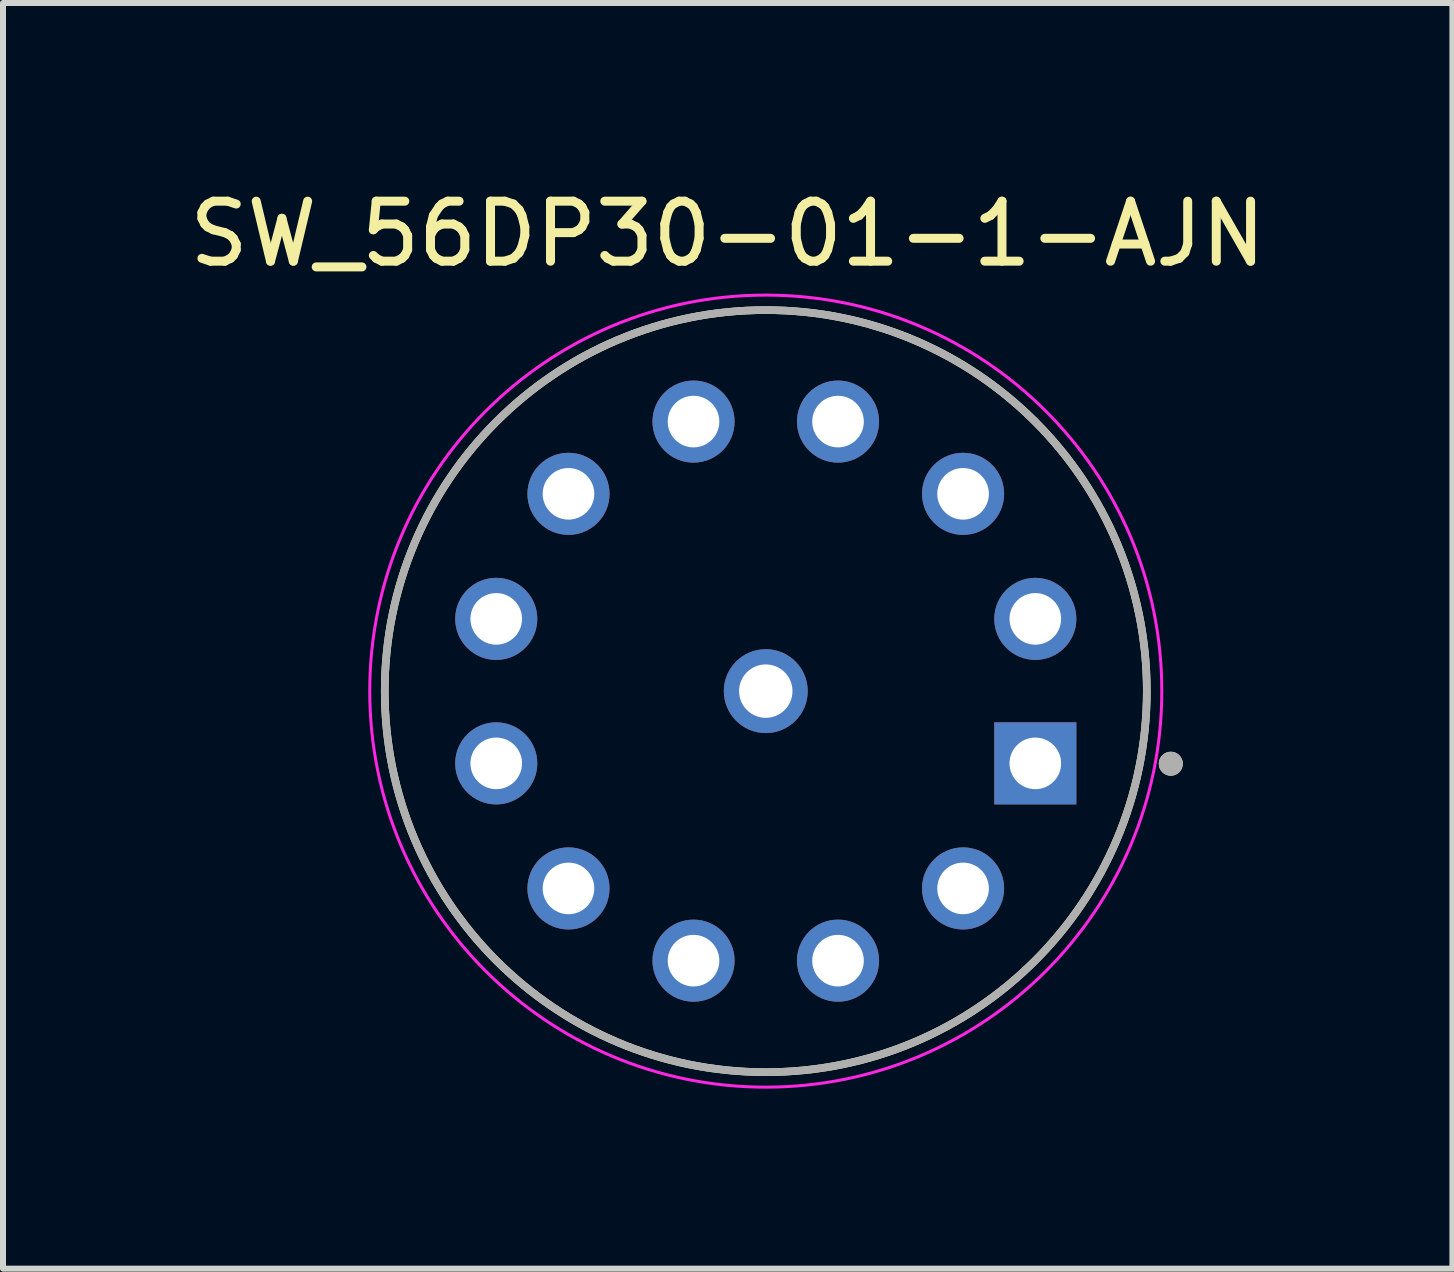
<source format=kicad_pcb>
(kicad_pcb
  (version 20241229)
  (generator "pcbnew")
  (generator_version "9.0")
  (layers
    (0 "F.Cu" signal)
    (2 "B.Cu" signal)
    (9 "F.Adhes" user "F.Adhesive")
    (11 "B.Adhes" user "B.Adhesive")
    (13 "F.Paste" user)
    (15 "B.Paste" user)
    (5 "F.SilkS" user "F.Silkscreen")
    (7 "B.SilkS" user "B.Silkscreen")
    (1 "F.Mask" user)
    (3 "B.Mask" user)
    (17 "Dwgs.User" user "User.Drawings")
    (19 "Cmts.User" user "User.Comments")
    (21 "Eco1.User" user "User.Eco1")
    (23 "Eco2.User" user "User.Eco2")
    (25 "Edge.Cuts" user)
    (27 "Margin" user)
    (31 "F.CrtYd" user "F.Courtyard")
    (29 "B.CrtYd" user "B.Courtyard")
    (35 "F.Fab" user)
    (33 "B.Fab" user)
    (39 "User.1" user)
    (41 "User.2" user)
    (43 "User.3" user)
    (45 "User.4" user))
  (footprint "SW_56DP30-01-1-AJN"
    (layer "F.Cu")
    (at 9.712 8.468)
    (property "Reference" "SW_56DP30-01-1-AJN" (at -0.635 -7.62 0) (layer "F.SilkS") (effects (font (size 1 1) (thickness 0.15))))
    (attr through_hole)
    (fp_circle (center 0 0) (end 6.35 0) (stroke (width 0.127) (type solid)) (fill no) (layer "F.SilkS"))
    (fp_circle (center 6.75 1.21) (end 6.85 1.21) (stroke (width 0.2) (type solid)) (fill no) (layer "F.SilkS"))
    (fp_circle (center 0 0) (end 6.6 0) (stroke (width 0.05) (type solid)) (fill no) (layer "F.CrtYd"))
    (fp_circle (center 0 0) (end 6.35 0) (stroke (width 0.127) (type solid)) (fill no) (layer "F.Fab"))
    (fp_circle (center 6.75 1.21) (end 6.85 1.21) (stroke (width 0.2) (type solid)) (fill no) (layer "F.Fab"))
    (pad "1" thru_hole rect (at 4.492 1.204) (size 1.368 1.368) (drill 0.86) (layers "*.Cu" "*.Mask"))
    (pad "2" thru_hole circle (at 3.288 3.288) (size 1.368 1.368) (drill 0.86) (layers "*.Cu" "*.Mask"))
    (pad "3" thru_hole circle (at 1.204 4.492) (size 1.368 1.368) (drill 0.86) (layers "*.Cu" "*.Mask"))
    (pad "4" thru_hole circle (at -1.204 4.492) (size 1.368 1.368) (drill 0.86) (layers "*.Cu" "*.Mask"))
    (pad "5" thru_hole circle (at -3.288 3.288) (size 1.368 1.368) (drill 0.86) (layers "*.Cu" "*.Mask"))
    (pad "6" thru_hole circle (at -4.492 1.204) (size 1.368 1.368) (drill 0.86) (layers "*.Cu" "*.Mask"))
    (pad "7" thru_hole circle (at -4.492 -1.204) (size 1.368 1.368) (drill 0.86) (layers "*.Cu" "*.Mask"))
    (pad "8" thru_hole circle (at -3.288 -3.288) (size 1.368 1.368) (drill 0.86) (layers "*.Cu" "*.Mask"))
    (pad "9" thru_hole circle (at -1.204 -4.492) (size 1.368 1.368) (drill 0.86) (layers "*.Cu" "*.Mask"))
    (pad "10" thru_hole circle (at 1.204 -4.492) (size 1.368 1.368) (drill 0.86) (layers "*.Cu" "*.Mask"))
    (pad "11" thru_hole circle (at 3.288 -3.288) (size 1.368 1.368) (drill 0.86) (layers "*.Cu" "*.Mask"))
    (pad "12" thru_hole circle (at 4.492 -1.204) (size 1.368 1.368) (drill 0.86) (layers "*.Cu" "*.Mask"))
    (pad "C" thru_hole circle (at 0 0) (size 1.398 1.398) (drill 0.89) (layers "*.Cu" "*.Mask")))
  (gr_rect
    (start -3 -3)
    (end 21.155 18.093)
    (stroke (width 0.1) (type default))
    (fill no)
    (layer "Edge.Cuts")))
</source>
